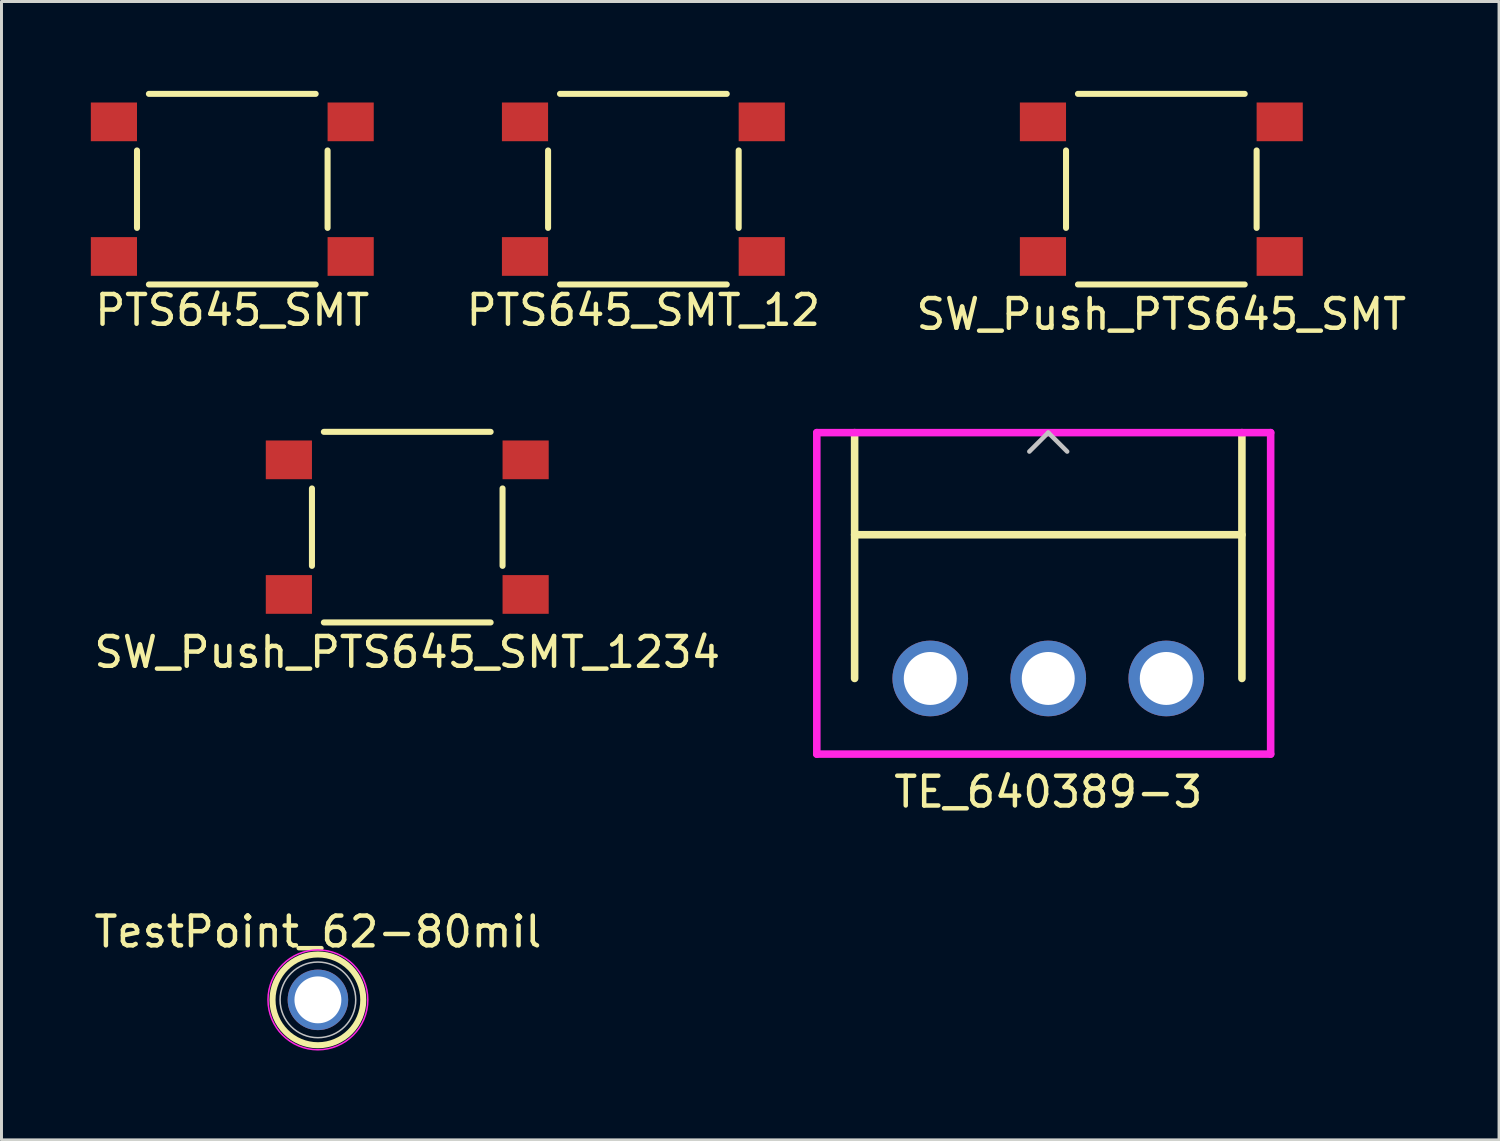
<source format=kicad_pcb>
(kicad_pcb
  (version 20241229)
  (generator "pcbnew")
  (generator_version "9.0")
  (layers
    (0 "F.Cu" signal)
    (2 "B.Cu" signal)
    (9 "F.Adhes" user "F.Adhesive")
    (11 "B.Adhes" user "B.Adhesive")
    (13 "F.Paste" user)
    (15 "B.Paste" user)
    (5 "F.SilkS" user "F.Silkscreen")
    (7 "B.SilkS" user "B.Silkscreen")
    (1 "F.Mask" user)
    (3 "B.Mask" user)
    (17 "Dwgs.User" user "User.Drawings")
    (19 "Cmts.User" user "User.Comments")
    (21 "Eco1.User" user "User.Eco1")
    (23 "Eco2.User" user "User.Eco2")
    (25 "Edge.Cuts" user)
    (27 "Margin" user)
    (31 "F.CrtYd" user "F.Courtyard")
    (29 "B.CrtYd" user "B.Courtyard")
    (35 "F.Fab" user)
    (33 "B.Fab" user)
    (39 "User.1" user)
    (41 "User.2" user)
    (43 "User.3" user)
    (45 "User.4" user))
  (footprint "PTS645_SMT"
    (layer "F.Cu")
    (at 4.75 3.302)
    (property "Reference" "PTS645_SMT" (at 0 4.064 0) (layer "F.SilkS") (effects (font (size 1 1) (thickness 0.15))))
    (attr smd)
    (fp_line (start -3.2 1.3) (end -3.2 -1.3) (stroke (width 0.203) (type solid)) (layer "F.SilkS"))
    (fp_line (start -2.8 -3.2) (end 2.8 -3.2) (stroke (width 0.203) (type solid)) (layer "F.SilkS"))
    (fp_line (start -2.8 3.2) (end 2.8 3.2) (stroke (width 0.203) (type solid)) (layer "F.SilkS"))
    (fp_line (start 3.2 1.3) (end 3.2 -1.3) (stroke (width 0.203) (type solid)) (layer "F.SilkS"))
    (pad "1" smd rect (at -3.975 -2.26) (size 1.55 1.3) (layers "F.Cu" "F.Mask" "F.Paste"))
    (pad "2" smd rect (at 3.975 -2.26) (size 1.55 1.3) (layers "F.Cu" "F.Mask" "F.Paste"))
    (pad "3" smd rect (at -3.975 2.26) (size 1.55 1.3) (layers "F.Cu" "F.Mask" "F.Paste"))
    (pad "4" smd rect (at 3.975 2.26) (size 1.55 1.3) (layers "F.Cu" "F.Mask" "F.Paste")))
  (footprint "TE_640389-3"
    (layer "F.Cu")
    (at 28.187 19.732)
    (property "Reference" "TE_640389-3" (at 3.962 3.81 0) (layer "F.SilkS") (effects (font (size 1 1) (thickness 0.15))))
    (attr through_hole)
    (fp_line (start -2.54 -8.255) (end -2.54 0) (stroke (width 0.254) (type solid)) (layer "F.SilkS"))
    (fp_line (start -2.54 -4.826) (end 10.465 -4.826) (stroke (width 0.254) (type solid)) (layer "F.SilkS"))
    (fp_line (start 10.465 -8.255) (end 10.465 0) (stroke (width 0.254) (type solid)) (layer "F.SilkS"))
    (fp_line (start 3.327 -7.62) (end 3.962 -8.255) (stroke (width 0.152) (type solid)) (layer "Dwgs.User"))
    (fp_line (start 3.962 -8.255) (end 4.597 -7.62) (stroke (width 0.152) (type solid)) (layer "Dwgs.User"))
    (fp_line (start -3.81 -8.255) (end -3.81 2.54) (stroke (width 0.254) (type solid)) (layer "F.CrtYd"))
    (fp_line (start -3.81 -8.255) (end 11.43 -8.255) (stroke (width 0.254) (type solid)) (layer "F.CrtYd"))
    (fp_line (start -3.81 2.54) (end 11.43 2.54) (stroke (width 0.254) (type solid)) (layer "F.CrtYd"))
    (fp_line (start 11.43 -8.255) (end 11.43 2.54) (stroke (width 0.254) (type solid)) (layer "F.CrtYd"))
    (pad "1" thru_hole circle (at 0 0) (size 2.54 2.54) (drill 1.778) (layers "*.Cu" "*.Mask"))
    (pad "2" thru_hole circle (at 3.962 0) (size 2.54 2.54) (drill 1.778) (layers "*.Cu" "*.Mask"))
    (pad "3" thru_hole circle (at 7.925 0) (size 2.54 2.54) (drill 1.778) (layers "*.Cu" "*.Mask")))
  (footprint "SW_Push_PTS645_SMT_1234"
    (layer "F.Cu")
    (at 10.625 14.651)
    (property "Reference" "SW_Push_PTS645_SMT_1234" (at 0 4.2 0) (layer "F.SilkS") (effects (font (size 1 1) (thickness 0.15))))
    (attr smd)
    (fp_line (start -3.2 1.3) (end -3.2 -1.3) (stroke (width 0.203) (type solid)) (layer "F.SilkS"))
    (fp_line (start -2.8 -3.2) (end 2.8 -3.2) (stroke (width 0.203) (type solid)) (layer "F.SilkS"))
    (fp_line (start -2.8 3.2) (end 2.8 3.2) (stroke (width 0.203) (type solid)) (layer "F.SilkS"))
    (fp_line (start 3.2 1.3) (end 3.2 -1.3) (stroke (width 0.203) (type solid)) (layer "F.SilkS"))
    (pad "1" smd rect (at -3.975 -2.26) (size 1.55 1.3) (layers "F.Cu" "F.Mask" "F.Paste"))
    (pad "2" smd rect (at 3.975 -2.26) (size 1.55 1.3) (layers "F.Cu" "F.Mask" "F.Paste"))
    (pad "3" smd rect (at -3.975 2.26) (size 1.55 1.3) (layers "F.Cu" "F.Mask" "F.Paste"))
    (pad "4" smd rect (at 3.975 2.26) (size 1.55 1.3) (layers "F.Cu" "F.Mask" "F.Paste")))
  (footprint "PTS645_SMT_12"
    (layer "F.Cu")
    (at 18.554 3.302)
    (property "Reference" "PTS645_SMT_12" (at 0 4.064 0) (layer "F.SilkS") (effects (font (size 1 1) (thickness 0.15))))
    (attr smd)
    (fp_line (start -3.2 1.3) (end -3.2 -1.3) (stroke (width 0.203) (type solid)) (layer "F.SilkS"))
    (fp_line (start -2.8 -3.2) (end 2.8 -3.2) (stroke (width 0.203) (type solid)) (layer "F.SilkS"))
    (fp_line (start -2.8 3.2) (end 2.8 3.2) (stroke (width 0.203) (type solid)) (layer "F.SilkS"))
    (fp_line (start 3.2 1.3) (end 3.2 -1.3) (stroke (width 0.203) (type solid)) (layer "F.SilkS"))
    (pad "1" smd rect (at -3.975 -2.26) (size 1.55 1.3) (layers "F.Cu" "F.Mask" "F.Paste"))
    (pad "1" smd rect (at 3.975 -2.26) (size 1.55 1.3) (layers "F.Cu" "F.Mask" "F.Paste"))
    (pad "2" smd rect (at -3.975 2.26) (size 1.55 1.3) (layers "F.Cu" "F.Mask" "F.Paste"))
    (pad "2" smd rect (at 3.975 2.26) (size 1.55 1.3) (layers "F.Cu" "F.Mask" "F.Paste")))
  (footprint "SW_Push_PTS645_SMT"
    (layer "F.Cu")
    (at 35.946 3.302)
    (property "Reference" "SW_Push_PTS645_SMT" (at 0 4.2 0) (layer "F.SilkS") (effects (font (size 1 1) (thickness 0.15))))
    (attr smd)
    (fp_line (start -3.2 1.3) (end -3.2 -1.3) (stroke (width 0.203) (type solid)) (layer "F.SilkS"))
    (fp_line (start -2.8 -3.2) (end 2.8 -3.2) (stroke (width 0.203) (type solid)) (layer "F.SilkS"))
    (fp_line (start -2.8 3.2) (end 2.8 3.2) (stroke (width 0.203) (type solid)) (layer "F.SilkS"))
    (fp_line (start 3.2 1.3) (end 3.2 -1.3) (stroke (width 0.203) (type solid)) (layer "F.SilkS"))
    (pad "1" smd rect (at -3.975 -2.26) (size 1.55 1.3) (layers "F.Cu" "F.Mask" "F.Paste"))
    (pad "1" smd rect (at 3.975 -2.26) (size 1.55 1.3) (layers "F.Cu" "F.Mask" "F.Paste"))
    (pad "2" smd rect (at -3.975 2.26) (size 1.55 1.3) (layers "F.Cu" "F.Mask" "F.Paste"))
    (pad "2" smd rect (at 3.975 2.26) (size 1.55 1.3) (layers "F.Cu" "F.Mask" "F.Paste")))
  (footprint "TestPoint_62-80mil"
    (layer "F.Cu")
    (at 7.625 30.524)
    (property "Reference" "TestPoint_62-80mil" (at 0 -2.286 0) (layer "F.SilkS") (effects (font (size 1 1) (thickness 0.15))))
    (attr through_hole)
    (fp_circle (center 0 0) (end 1.524 0) (stroke (width 0.203) (type solid)) (fill no) (layer "F.SilkS"))
    (fp_circle (center 0 0) (end 1.27 0) (stroke (width 0.051) (type solid)) (fill no) (layer "Dwgs.User"))
    (fp_circle (center 0 0) (end 1.676 0) (stroke (width 0.051) (type solid)) (fill no) (layer "F.CrtYd"))
    (pad "1" thru_hole circle (at 0 0) (size 2.032 2.032) (drill 1.575) (layers "*.Cu" "*.Mask")))
  (gr_rect
    (start -3 -3)
    (end 47.286 35.226)
    (stroke (width 0.1) (type default))
    (fill no)
    (layer "Edge.Cuts")))
</source>
